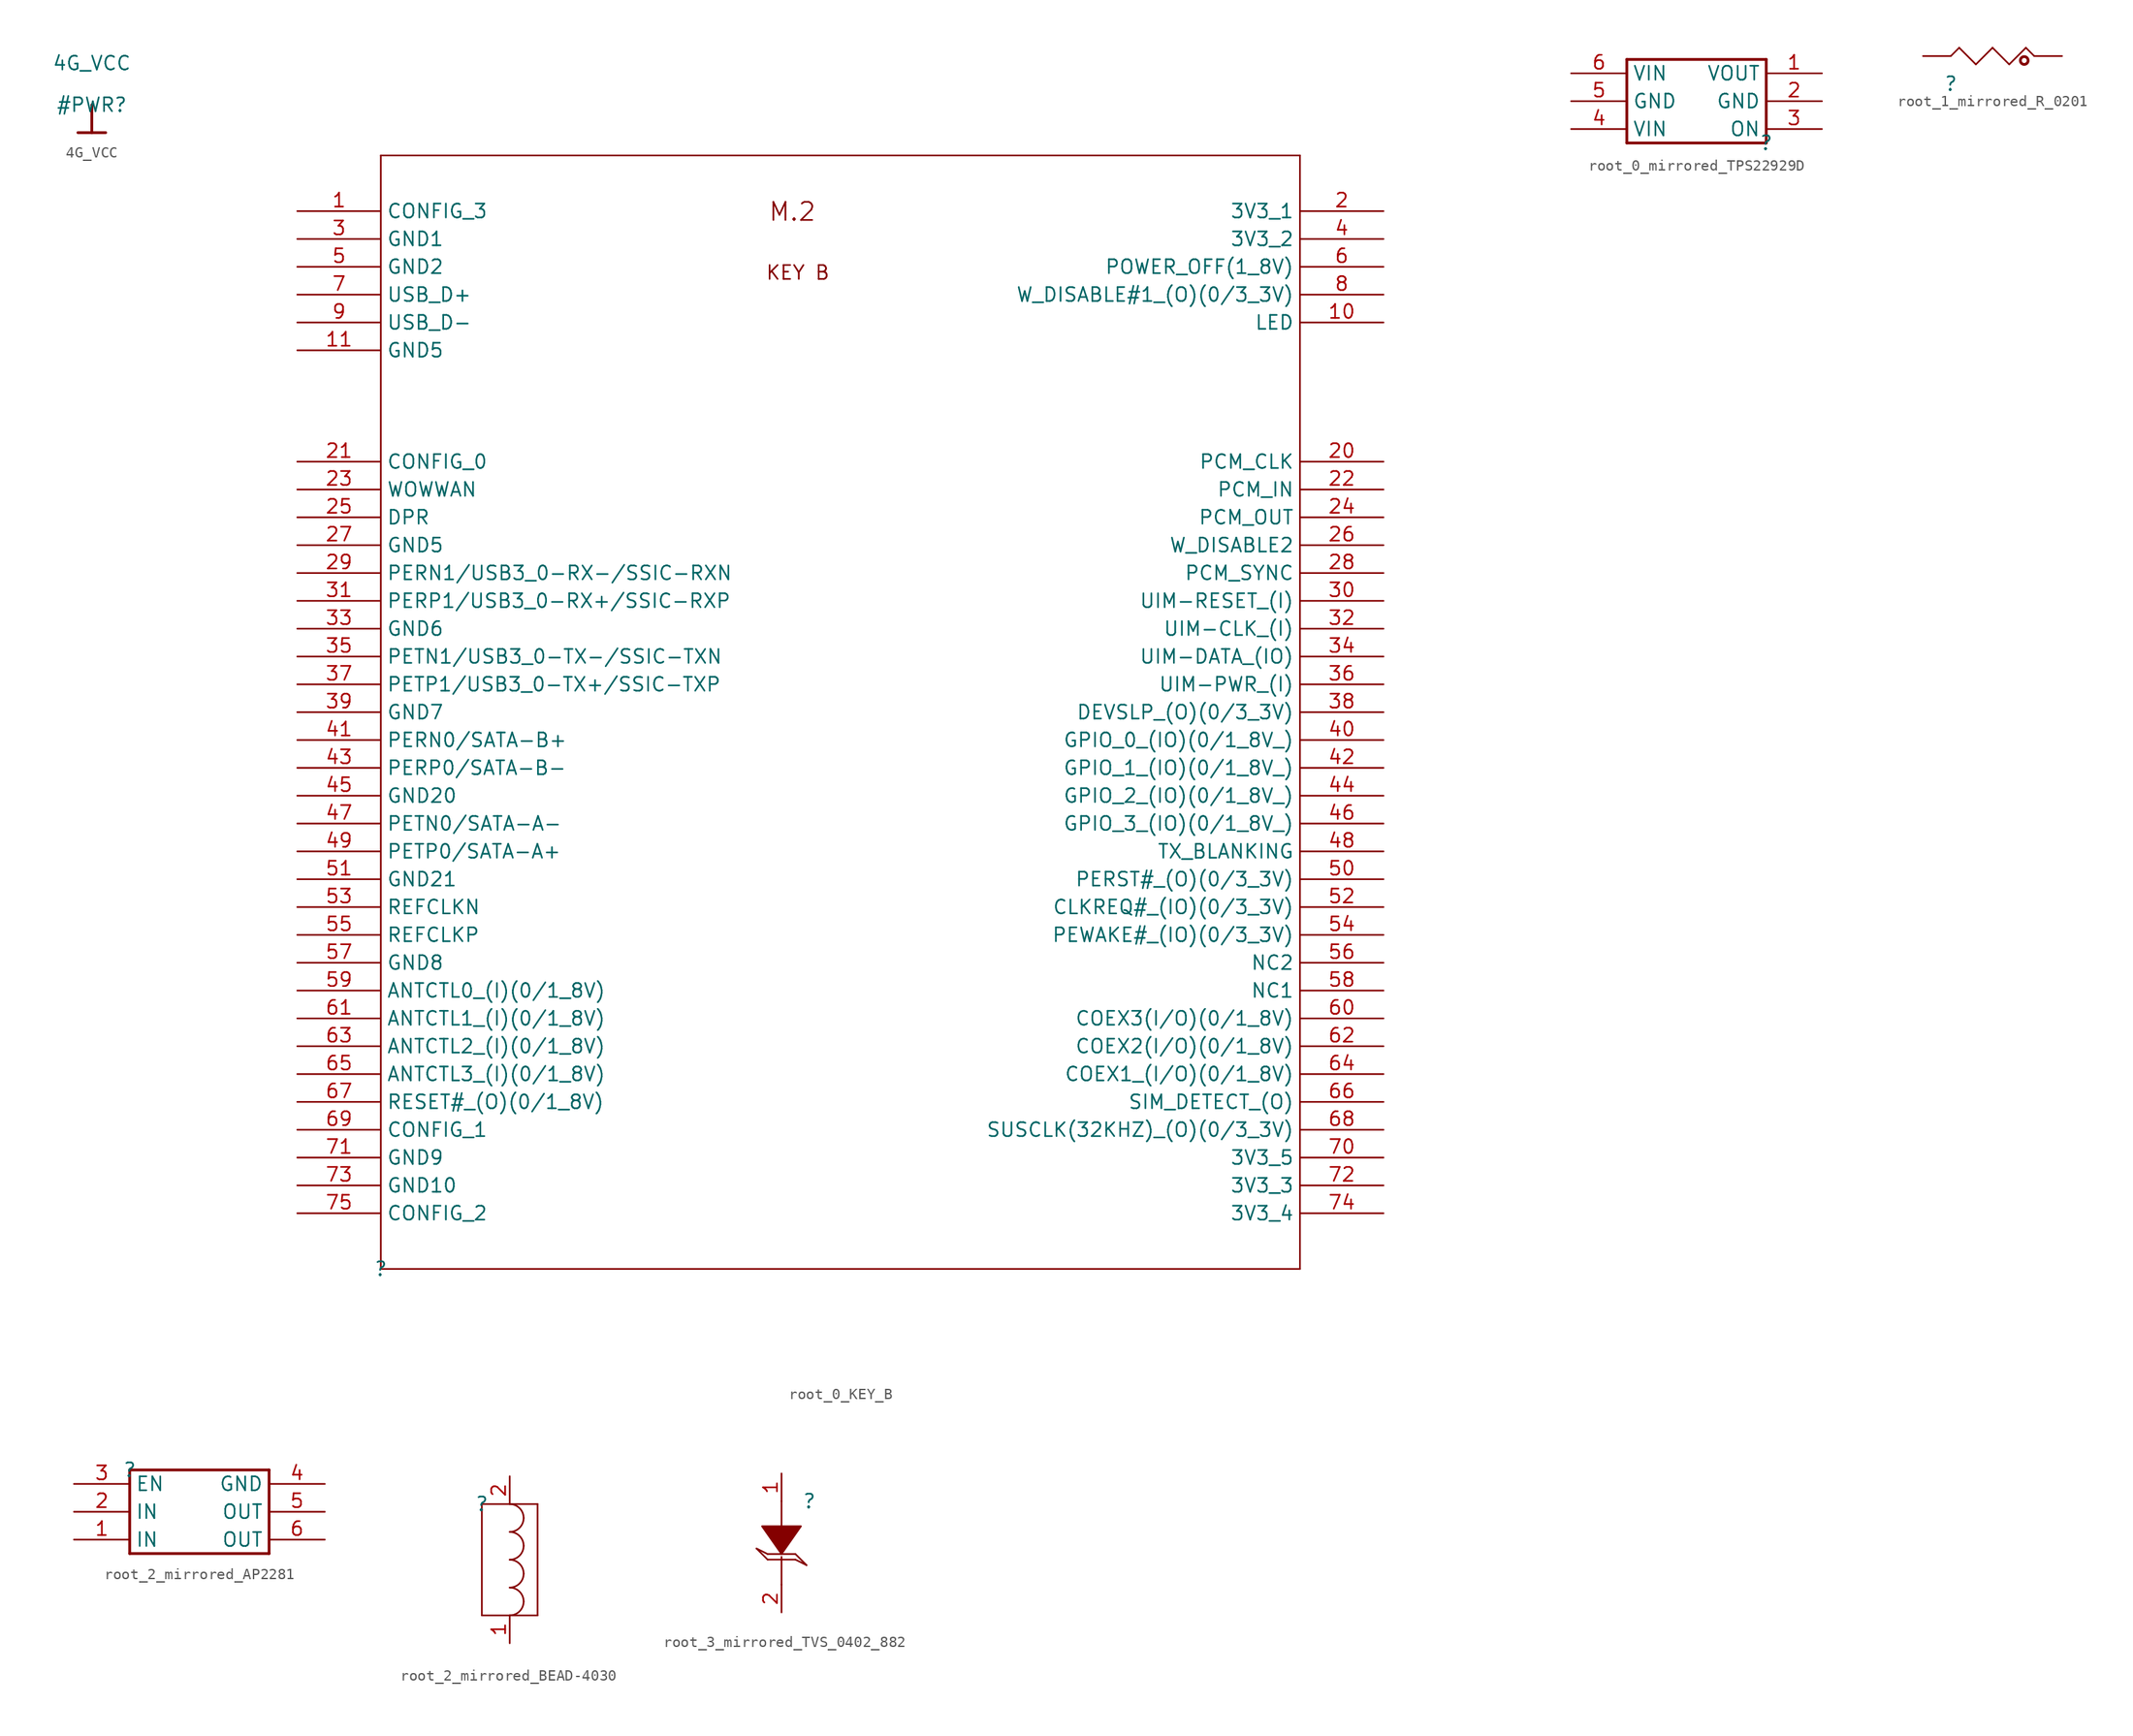
<source format=kicad_sym>
(kicad_symbol_lib
  (version 20220914)
  (generator kicad_symbol_editor)
  (symbol "4G_VCC"
    (power)
    (property "Reference" "#PWR"
      (at 0 0 0)
      (effects (font (size 1.27 1.27))))
    (property "Value" "4G_VCC"
      (at 0 3.81 0)
      (effects (font (size 1.27 1.27))))
    (symbol "4G_VCC_0_0"
      (polyline (pts (xy -1.27 -2.54) (xy 1.27 -2.54)) (stroke (width 0.254) (type solid)) (fill (type none)))
      (polyline (pts (xy 0 0) (xy 0 -2.54)) (stroke (width 0.254) (type solid)) (fill (type none)))
      (pin power_in line (at 0 0 0) (length 0) hide (name "4G_VCC" (effects (font (size 1.27 1.27)))) (number "" (effects (font (size 1.27 1.27)))))))
  (symbol "root_0_KEY_B"
    (property "Reference" ""
      (at 0 0 0)
      (effects (font (size 1.27 1.27))))
    (property "Value" ""
      (at 0 0 0)
      (effects (font (size 1.27 1.27))))
    (symbol "root_0_KEY_B_1_0"
      (polyline (pts (xy 0 0) (xy 0 101.6)) (stroke (width 0) (type solid)) (fill (type none)))
      (polyline (pts (xy 0 101.6) (xy 83.82 101.6)) (stroke (width 0) (type solid)) (fill (type none)))
      (polyline (pts (xy 83.82 0) (xy 0 0)) (stroke (width 0) (type solid)) (fill (type none)))
      (polyline (pts (xy 83.82 101.6) (xy 83.82 0)) (stroke (width 0) (type solid)) (fill (type none)))
      (text "KEY B" (at 35.052 90.17 0) (effects (font (size 1.27 1.27)) (justify left bottom)))
      (text "M.2" (at 35.306 95.504 0) (effects (font (size 1.651 1.651)) (justify left bottom)))
      (pin passive line (at -7.62 96.52 0) (length 7.62) (name "CONFIG_3" (effects (font (size 1.27 1.27)))) (number "1" (effects (font (size 1.27 1.27)))))
      (pin passive line (at 91.44 86.36 180) (length 7.62) (name "LED" (effects (font (size 1.27 1.27)))) (number "10" (effects (font (size 1.27 1.27)))))
      (pin power_in line (at -7.62 83.82 0) (length 7.62) (name "GND5" (effects (font (size 1.27 1.27)))) (number "11" (effects (font (size 1.27 1.27)))))
      (pin power_in line (at 91.44 96.52 180) (length 7.62) (name "3V3_1" (effects (font (size 1.27 1.27)))) (number "2" (effects (font (size 1.27 1.27)))))
      (pin passive line (at 91.44 73.66 180) (length 7.62) (name "PCM_CLK" (effects (font (size 1.27 1.27)))) (number "20" (effects (font (size 1.27 1.27)))))
      (pin passive line (at -7.62 73.66 0) (length 7.62) (name "CONFIG_0" (effects (font (size 1.27 1.27)))) (number "21" (effects (font (size 1.27 1.27)))))
      (pin passive line (at 91.44 71.12 180) (length 7.62) (name "PCM_IN" (effects (font (size 1.27 1.27)))) (number "22" (effects (font (size 1.27 1.27)))))
      (pin passive line (at -7.62 71.12 0) (length 7.62) (name "WOWWAN" (effects (font (size 1.27 1.27)))) (number "23" (effects (font (size 1.27 1.27)))))
      (pin passive line (at 91.44 68.58 180) (length 7.62) (name "PCM_OUT" (effects (font (size 1.27 1.27)))) (number "24" (effects (font (size 1.27 1.27)))))
      (pin passive line (at -7.62 68.58 0) (length 7.62) (name "DPR" (effects (font (size 1.27 1.27)))) (number "25" (effects (font (size 1.27 1.27)))))
      (pin passive line (at 91.44 66.04 180) (length 7.62) (name "W_DISABLE2" (effects (font (size 1.27 1.27)))) (number "26" (effects (font (size 1.27 1.27)))))
      (pin power_in line (at -7.62 66.04 0) (length 7.62) (name "GND5" (effects (font (size 1.27 1.27)))) (number "27" (effects (font (size 1.27 1.27)))))
      (pin passive line (at 91.44 63.5 180) (length 7.62) (name "PCM_SYNC" (effects (font (size 1.27 1.27)))) (number "28" (effects (font (size 1.27 1.27)))))
      (pin passive line (at -7.62 63.5 0) (length 7.62) (name "PERN1/USB3_0-RX-/SSIC-RXN" (effects (font (size 1.27 1.27)))) (number "29" (effects (font (size 1.27 1.27)))))
      (pin power_in line (at -7.62 93.98 0) (length 7.62) (name "GND1" (effects (font (size 1.27 1.27)))) (number "3" (effects (font (size 1.27 1.27)))))
      (pin passive line (at 91.44 60.96 180) (length 7.62) (name "UIM-RESET_(I)" (effects (font (size 1.27 1.27)))) (number "30" (effects (font (size 1.27 1.27)))))
      (pin passive line (at -7.62 60.96 0) (length 7.62) (name "PERP1/USB3_0-RX+/SSIC-RXP" (effects (font (size 1.27 1.27)))) (number "31" (effects (font (size 1.27 1.27)))))
      (pin passive line (at 91.44 58.42 180) (length 7.62) (name "UIM-CLK_(I)" (effects (font (size 1.27 1.27)))) (number "32" (effects (font (size 1.27 1.27)))))
      (pin power_in line (at -7.62 58.42 0) (length 7.62) (name "GND6" (effects (font (size 1.27 1.27)))) (number "33" (effects (font (size 1.27 1.27)))))
      (pin passive line (at 91.44 55.88 180) (length 7.62) (name "UIM-DATA_(IO)" (effects (font (size 1.27 1.27)))) (number "34" (effects (font (size 1.27 1.27)))))
      (pin passive line (at -7.62 55.88 0) (length 7.62) (name "PETN1/USB3_0-TX-/SSIC-TXN" (effects (font (size 1.27 1.27)))) (number "35" (effects (font (size 1.27 1.27)))))
      (pin passive line (at 91.44 53.34 180) (length 7.62) (name "UIM-PWR_(I)" (effects (font (size 1.27 1.27)))) (number "36" (effects (font (size 1.27 1.27)))))
      (pin passive line (at -7.62 53.34 0) (length 7.62) (name "PETP1/USB3_0-TX+/SSIC-TXP" (effects (font (size 1.27 1.27)))) (number "37" (effects (font (size 1.27 1.27)))))
      (pin passive line (at 91.44 50.8 180) (length 7.62) (name "DEVSLP_(O)(0/3_3V)" (effects (font (size 1.27 1.27)))) (number "38" (effects (font (size 1.27 1.27)))))
      (pin power_in line (at -7.62 50.8 0) (length 7.62) (name "GND7" (effects (font (size 1.27 1.27)))) (number "39" (effects (font (size 1.27 1.27)))))
      (pin power_in line (at 91.44 93.98 180) (length 7.62) (name "3V3_2" (effects (font (size 1.27 1.27)))) (number "4" (effects (font (size 1.27 1.27)))))
      (pin passive line (at 91.44 48.26 180) (length 7.62) (name "GPIO_0_(IO)(0/1_8V_)" (effects (font (size 1.27 1.27)))) (number "40" (effects (font (size 1.27 1.27)))))
      (pin passive line (at -7.62 48.26 0) (length 7.62) (name "PERN0/SATA-B+" (effects (font (size 1.27 1.27)))) (number "41" (effects (font (size 1.27 1.27)))))
      (pin passive line (at 91.44 45.72 180) (length 7.62) (name "GPIO_1_(IO)(0/1_8V_)" (effects (font (size 1.27 1.27)))) (number "42" (effects (font (size 1.27 1.27)))))
      (pin passive line (at -7.62 45.72 0) (length 7.62) (name "PERP0/SATA-B-" (effects (font (size 1.27 1.27)))) (number "43" (effects (font (size 1.27 1.27)))))
      (pin passive line (at 91.44 43.18 180) (length 7.62) (name "GPIO_2_(IO)(0/1_8V_)" (effects (font (size 1.27 1.27)))) (number "44" (effects (font (size 1.27 1.27)))))
      (pin passive line (at -7.62 43.18 0) (length 7.62) (name "GND20" (effects (font (size 1.27 1.27)))) (number "45" (effects (font (size 1.27 1.27)))))
      (pin passive line (at 91.44 40.64 180) (length 7.62) (name "GPIO_3_(IO)(0/1_8V_)" (effects (font (size 1.27 1.27)))) (number "46" (effects (font (size 1.27 1.27)))))
      (pin passive line (at -7.62 40.64 0) (length 7.62) (name "PETN0/SATA-A-" (effects (font (size 1.27 1.27)))) (number "47" (effects (font (size 1.27 1.27)))))
      (pin passive line (at 91.44 38.1 180) (length 7.62) (name "TX_BLANKING" (effects (font (size 1.27 1.27)))) (number "48" (effects (font (size 1.27 1.27)))))
      (pin passive line (at -7.62 38.1 0) (length 7.62) (name "PETP0/SATA-A+" (effects (font (size 1.27 1.27)))) (number "49" (effects (font (size 1.27 1.27)))))
      (pin power_in line (at -7.62 91.44 0) (length 7.62) (name "GND2" (effects (font (size 1.27 1.27)))) (number "5" (effects (font (size 1.27 1.27)))))
      (pin passive line (at 91.44 35.56 180) (length 7.62) (name "PERST#_(O)(0/3_3V)" (effects (font (size 1.27 1.27)))) (number "50" (effects (font (size 1.27 1.27)))))
      (pin passive line (at -7.62 35.56 0) (length 7.62) (name "GND21" (effects (font (size 1.27 1.27)))) (number "51" (effects (font (size 1.27 1.27)))))
      (pin passive line (at 91.44 33.02 180) (length 7.62) (name "CLKREQ#_(IO)(0/3_3V)" (effects (font (size 1.27 1.27)))) (number "52" (effects (font (size 1.27 1.27)))))
      (pin passive line (at -7.62 33.02 0) (length 7.62) (name "REFCLKN" (effects (font (size 1.27 1.27)))) (number "53" (effects (font (size 1.27 1.27)))))
      (pin passive line (at 91.44 30.48 180) (length 7.62) (name "PEWAKE#_(IO)(0/3_3V)" (effects (font (size 1.27 1.27)))) (number "54" (effects (font (size 1.27 1.27)))))
      (pin passive line (at -7.62 30.48 0) (length 7.62) (name "REFCLKP" (effects (font (size 1.27 1.27)))) (number "55" (effects (font (size 1.27 1.27)))))
      (pin passive line (at 91.44 27.94 180) (length 7.62) (name "NC2" (effects (font (size 1.27 1.27)))) (number "56" (effects (font (size 1.27 1.27)))))
      (pin power_in line (at -7.62 27.94 0) (length 7.62) (name "GND8" (effects (font (size 1.27 1.27)))) (number "57" (effects (font (size 1.27 1.27)))))
      (pin passive line (at 91.44 25.4 180) (length 7.62) (name "NC1" (effects (font (size 1.27 1.27)))) (number "58" (effects (font (size 1.27 1.27)))))
      (pin passive line (at -7.62 25.4 0) (length 7.62) (name "ANTCTL0_(I)(0/1_8V)" (effects (font (size 1.27 1.27)))) (number "59" (effects (font (size 1.27 1.27)))))
      (pin passive line (at 91.44 91.44 180) (length 7.62) (name "POWER_OFF(1_8V)" (effects (font (size 1.27 1.27)))) (number "6" (effects (font (size 1.27 1.27)))))
      (pin passive line (at 91.44 22.86 180) (length 7.62) (name "COEX3(I/O)(0/1_8V)" (effects (font (size 1.27 1.27)))) (number "60" (effects (font (size 1.27 1.27)))))
      (pin passive line (at -7.62 22.86 0) (length 7.62) (name "ANTCTL1_(I)(0/1_8V)" (effects (font (size 1.27 1.27)))) (number "61" (effects (font (size 1.27 1.27)))))
      (pin passive line (at 91.44 20.32 180) (length 7.62) (name "COEX2(I/O)(0/1_8V)" (effects (font (size 1.27 1.27)))) (number "62" (effects (font (size 1.27 1.27)))))
      (pin power_in line (at -7.62 20.32 0) (length 7.62) (name "ANTCTL2_(I)(0/1_8V)" (effects (font (size 1.27 1.27)))) (number "63" (effects (font (size 1.27 1.27)))))
      (pin passive line (at 91.44 17.78 180) (length 7.62) (name "COEX1_(I/O)(0/1_8V)" (effects (font (size 1.27 1.27)))) (number "64" (effects (font (size 1.27 1.27)))))
      (pin passive line (at -7.62 17.78 0) (length 7.62) (name "ANTCTL3_(I)(0/1_8V)" (effects (font (size 1.27 1.27)))) (number "65" (effects (font (size 1.27 1.27)))))
      (pin passive line (at 91.44 15.24 180) (length 7.62) (name "SIM_DETECT_(O)" (effects (font (size 1.27 1.27)))) (number "66" (effects (font (size 1.27 1.27)))))
      (pin passive line (at -7.62 15.24 0) (length 7.62) (name "RESET#_(O)(0/1_8V)" (effects (font (size 1.27 1.27)))) (number "67" (effects (font (size 1.27 1.27)))))
      (pin passive line (at 91.44 12.7 180) (length 7.62) (name "SUSCLK(32KHZ)_(O)(0/3_3V)" (effects (font (size 1.27 1.27)))) (number "68" (effects (font (size 1.27 1.27)))))
      (pin power_in line (at -7.62 12.7 0) (length 7.62) (name "CONFIG_1" (effects (font (size 1.27 1.27)))) (number "69" (effects (font (size 1.27 1.27)))))
      (pin passive line (at -7.62 88.9 0) (length 7.62) (name "USB_D+" (effects (font (size 1.27 1.27)))) (number "7" (effects (font (size 1.27 1.27)))))
      (pin passive line (at 91.44 10.16 180) (length 7.62) (name "3V3_5" (effects (font (size 1.27 1.27)))) (number "70" (effects (font (size 1.27 1.27)))))
      (pin passive line (at -7.62 10.16 0) (length 7.62) (name "GND9" (effects (font (size 1.27 1.27)))) (number "71" (effects (font (size 1.27 1.27)))))
      (pin power_in line (at 91.44 7.62 180) (length 7.62) (name "3V3_3" (effects (font (size 1.27 1.27)))) (number "72" (effects (font (size 1.27 1.27)))))
      (pin passive line (at -7.62 7.62 0) (length 7.62) (name "GND10" (effects (font (size 1.27 1.27)))) (number "73" (effects (font (size 1.27 1.27)))))
      (pin power_in line (at 91.44 5.08 180) (length 7.62) (name "3V3_4" (effects (font (size 1.27 1.27)))) (number "74" (effects (font (size 1.27 1.27)))))
      (pin power_in line (at -7.62 5.08 0) (length 7.62) (name "CONFIG_2" (effects (font (size 1.27 1.27)))) (number "75" (effects (font (size 1.27 1.27)))))
      (pin passive line (at 91.44 88.9 180) (length 7.62) (name "W_DISABLE#1_(O)(0/3_3V)" (effects (font (size 1.27 1.27)))) (number "8" (effects (font (size 1.27 1.27)))))
      (pin passive line (at -7.62 86.36 0) (length 7.62) (name "USB_D-" (effects (font (size 1.27 1.27)))) (number "9" (effects (font (size 1.27 1.27)))))))
  (symbol "root_0_mirrored_TPS22929D"
    (property "Reference" ""
      (at 0 0 0)
      (effects (font (size 1.27 1.27))))
    (property "Value" ""
      (at 0 0 0)
      (effects (font (size 1.27 1.27))))
    (symbol "root_0_mirrored_TPS22929D_1_0"
      (polyline (pts (xy -12.7 0) (xy 0 0)) (stroke (width 0.254) (type solid)) (fill (type none)))
      (polyline (pts (xy -12.7 7.62) (xy -12.7 0)) (stroke (width 0.254) (type solid)) (fill (type none)))
      (polyline (pts (xy 0 0) (xy 0 7.62)) (stroke (width 0.254) (type solid)) (fill (type none)))
      (polyline (pts (xy 0 7.62) (xy -12.7 7.62)) (stroke (width 0.254) (type solid)) (fill (type none)))
      (pin passive line (at 5.08 6.35 180) (length 5.08) (name "VOUT" (effects (font (size 1.27 1.27)))) (number "1" (effects (font (size 1.27 1.27)))))
      (pin passive line (at 5.08 3.81 180) (length 5.08) (name "GND" (effects (font (size 1.27 1.27)))) (number "2" (effects (font (size 1.27 1.27)))))
      (pin passive line (at 5.08 1.27 180) (length 5.08) (name "ON" (effects (font (size 1.27 1.27)))) (number "3" (effects (font (size 1.27 1.27)))))
      (pin passive line (at -17.78 1.27 0) (length 5.08) (name "VIN" (effects (font (size 1.27 1.27)))) (number "4" (effects (font (size 1.27 1.27)))))
      (pin passive line (at -17.78 3.81 0) (length 5.08) (name "GND" (effects (font (size 1.27 1.27)))) (number "5" (effects (font (size 1.27 1.27)))))
      (pin passive line (at -17.78 6.35 0) (length 5.08) (name "VIN" (effects (font (size 1.27 1.27)))) (number "6" (effects (font (size 1.27 1.27)))))))
  (symbol "root_1_mirrored_R_0201"
    (property "Reference" ""
      (at 0 0 0)
      (effects (font (size 1.27 1.27))))
    (property "Value" ""
      (at 0 0 0)
      (effects (font (size 1.27 1.27))))
    (symbol "root_1_mirrored_R_0201_1_0"
      (polyline (pts (xy 0.762 3.302) (xy 0 2.54)) (stroke (width 0) (type solid)) (fill (type none)))
      (polyline (pts (xy 2.286 1.778) (xy 0.762 3.302)) (stroke (width 0) (type solid)) (fill (type none)))
      (polyline (pts (xy 3.81 3.302) (xy 2.286 1.778)) (stroke (width 0) (type solid)) (fill (type none)))
      (polyline (pts (xy 5.334 1.778) (xy 3.81 3.302)) (stroke (width 0) (type solid)) (fill (type none)))
      (polyline (pts (xy 6.858 3.302) (xy 5.334 1.778)) (stroke (width 0) (type solid)) (fill (type none)))
      (polyline (pts (xy 7.62 2.54) (xy 6.858 3.302)) (stroke (width 0) (type solid)) (fill (type none)))
      (circle (center 6.706 2.134) (radius 0.356) (stroke (width 0.254) (type solid)) (fill (type none)))
      (pin passive line (at 10.16 2.54 180) (length 2.54) (name "1" (effects (font (size 0 0)))) (number "1" (effects (font (size 0 0)))))
      (pin passive line (at -2.54 2.54 0) (length 2.54) (name "2" (effects (font (size 0 0)))) (number "2" (effects (font (size 0 0)))))))
  (symbol "root_2_mirrored_AP2281"
    (property "Reference" ""
      (at 0 0 0)
      (effects (font (size 1.27 1.27))))
    (property "Value" ""
      (at 0 0 0)
      (effects (font (size 1.27 1.27))))
    (symbol "root_2_mirrored_AP2281_1_0"
      (polyline (pts (xy 0 -7.62) (xy 12.7 -7.62)) (stroke (width 0.254) (type solid)) (fill (type none)))
      (polyline (pts (xy 0 0) (xy 0 -7.62)) (stroke (width 0.254) (type solid)) (fill (type none)))
      (polyline (pts (xy 12.7 -7.62) (xy 12.7 0)) (stroke (width 0.254) (type solid)) (fill (type none)))
      (polyline (pts (xy 12.7 0) (xy 0 0)) (stroke (width 0.254) (type solid)) (fill (type none)))
      (pin passive line (at -5.08 -6.35 0) (length 5.08) (name "IN" (effects (font (size 1.27 1.27)))) (number "1" (effects (font (size 1.27 1.27)))))
      (pin passive line (at -5.08 -3.81 0) (length 5.08) (name "IN" (effects (font (size 1.27 1.27)))) (number "2" (effects (font (size 1.27 1.27)))))
      (pin passive line (at -5.08 -1.27 0) (length 5.08) (name "EN" (effects (font (size 1.27 1.27)))) (number "3" (effects (font (size 1.27 1.27)))))
      (pin passive line (at 17.78 -1.27 180) (length 5.08) (name "GND" (effects (font (size 1.27 1.27)))) (number "4" (effects (font (size 1.27 1.27)))))
      (pin passive line (at 17.78 -3.81 180) (length 5.08) (name "OUT" (effects (font (size 1.27 1.27)))) (number "5" (effects (font (size 1.27 1.27)))))
      (pin passive line (at 17.78 -6.35 180) (length 5.08) (name "OUT" (effects (font (size 1.27 1.27)))) (number "6" (effects (font (size 1.27 1.27)))))))
  (symbol "root_2_mirrored_BEAD-4030"
    (property "Reference" ""
      (at 0 0 0)
      (effects (font (size 1.27 1.27))))
    (property "Value" ""
      (at 0 0 0)
      (effects (font (size 1.27 1.27))))
    (symbol "root_2_mirrored_BEAD-4030_1_0"
      (polyline (pts (xy 0 -10.16) (xy 5.08 -10.16)) (stroke (width 0) (type solid)) (fill (type none)))
      (polyline (pts (xy 0 0) (xy 0 -10.16)) (stroke (width 0) (type solid)) (fill (type none)))
      (polyline (pts (xy 5.08 -10.16) (xy 5.08 0)) (stroke (width 0) (type solid)) (fill (type none)))
      (polyline (pts (xy 5.08 0) (xy 0 0)) (stroke (width 0) (type solid)) (fill (type none)))
      (arc (start 2.54 -10.16) (mid 3.438 -9.788) (end 3.81 -8.89) (stroke (width 0) (type solid)) (fill (type none)))
      (arc (start 2.54 -7.62) (mid 3.438 -7.248) (end 3.81 -6.35) (stroke (width 0) (type solid)) (fill (type none)))
      (arc (start 2.54 -5.08) (mid 3.438 -4.708) (end 3.81 -3.81) (stroke (width 0) (type solid)) (fill (type none)))
      (arc (start 2.54 -2.54) (mid 3.438 -2.168) (end 3.81 -1.27) (stroke (width 0) (type solid)) (fill (type none)))
      (arc (start 3.81 -8.89) (mid 3.438 -7.992) (end 2.54 -7.62) (stroke (width 0) (type solid)) (fill (type none)))
      (arc (start 3.81 -6.35) (mid 3.438 -5.452) (end 2.54 -5.08) (stroke (width 0) (type solid)) (fill (type none)))
      (arc (start 3.81 -3.81) (mid 3.438 -2.912) (end 2.54 -2.54) (stroke (width 0) (type solid)) (fill (type none)))
      (arc (start 3.81 -1.27) (mid 3.438 -0.372) (end 2.54 0) (stroke (width 0) (type solid)) (fill (type none)))
      (pin passive line (at 2.54 -12.7 90) (length 2.54) (name "1" (effects (font (size 0 0)))) (number "1" (effects (font (size 1.27 1.27)))))
      (pin passive line (at 2.54 2.54 270) (length 2.54) (name "2" (effects (font (size 0 0)))) (number "2" (effects (font (size 1.27 1.27)))))))
  (symbol "root_3_mirrored_TVS_0402_882"
    (property "Reference" ""
      (at 0 0 0)
      (effects (font (size 1.27 1.27))))
    (property "Value" ""
      (at 0 0 0)
      (effects (font (size 1.27 1.27))))
    (symbol "root_3_mirrored_TVS_0402_882_1_0"
      (polyline (pts (xy -3.81 -5.334) (xy -4.826 -4.318)) (stroke (width 0) (type solid)) (fill (type none)))
      (polyline (pts (xy -3.81 -4.826) (xy -4.826 -4.318)) (stroke (width 0) (type solid)) (fill (type none)))
      (polyline (pts (xy -2.54 -5.08) (xy -2.54 -7.62)) (stroke (width 0) (type solid)) (fill (type none)))
      (polyline (pts (xy -2.54 0) (xy -2.54 -2.54)) (stroke (width 0) (type solid)) (fill (type none)))
      (polyline (pts (xy -1.27 -5.334) (xy -3.81 -5.334)) (stroke (width 0) (type solid)) (fill (type none)))
      (polyline (pts (xy -1.27 -5.334) (xy -0.254 -5.842)) (stroke (width 0) (type solid)) (fill (type none)))
      (polyline (pts (xy -1.27 -4.826) (xy -3.81 -4.826)) (stroke (width 0) (type solid)) (fill (type none)))
      (polyline (pts (xy -1.27 -4.826) (xy -0.254 -5.842)) (stroke (width 0) (type solid)) (fill (type none)))
      (polyline (pts (xy -2.54 -4.826) (xy -2.54 -4.826) (xy -0.762 -2.286) (xy -4.318 -2.286) (xy -2.54 -4.826) (xy -2.54 -4.826)) (stroke (width 0) (type solid)) (fill (type outline)))
      (pin passive line (at -2.54 2.54 270) (length 2.54) (name "A1" (effects (font (size 0 0)))) (number "1" (effects (font (size 1.27 1.27)))))
      (pin passive line (at -2.54 -10.16 90) (length 2.54) (name "A2" (effects (font (size 0 0)))) (number "2" (effects (font (size 1.27 1.27))))))))
</source>
